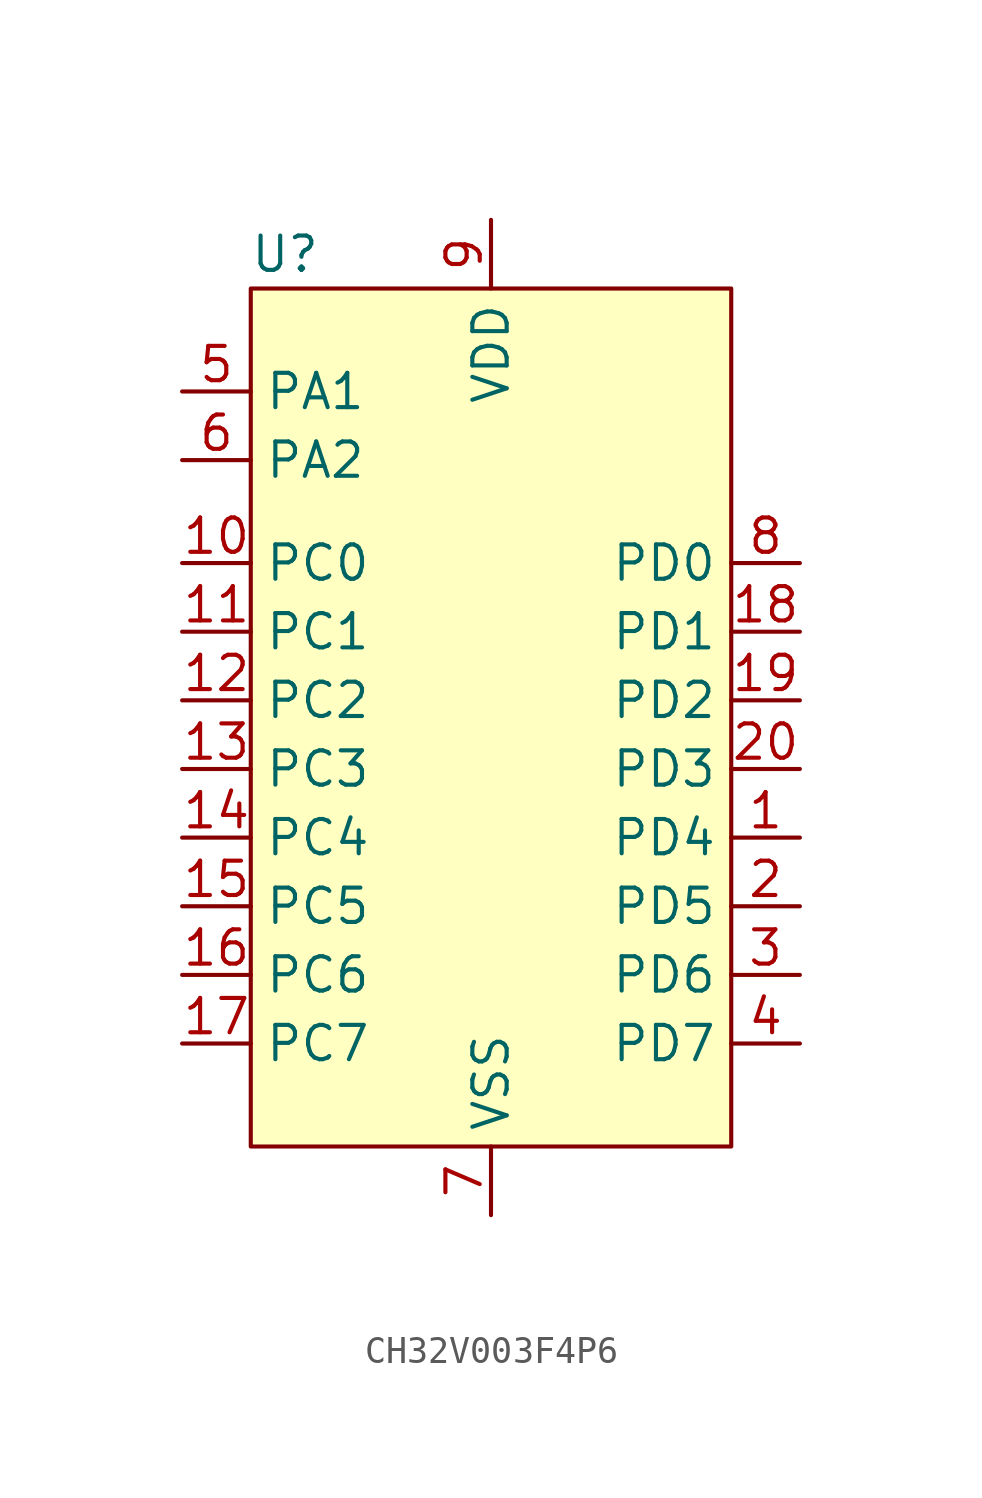
<source format=kicad_sym>
(kicad_symbol_lib
  (version 20220914)
  (generator kicad_symbol_editor)
  (symbol "CH32V003F4P6"
    (property "Reference" "U"
      (at 0 0 0)
      (effects (font (size 1.27 1.27))))
    (property "Value" ""
      (at 0 0 0)
      (effects (font (size 1.27 1.27))))
    (symbol "CH32V003F4P6_0_1"
      (rectangle (start -1.27 -1.27) (end 16.51 -33.02) (stroke (width 0) (type default)) (fill (type background))))
    (symbol "CH32V003F4P6_1_1"
      (pin bidirectional line (at 19.05 -21.59 180) (length 2.54) (name "PD4" (effects (font (size 1.27 1.27)))) (number "1" (effects (font (size 1.27 1.27)))))
      (pin bidirectional line (at -3.81 -11.43 0) (length 2.54) (name "PC0" (effects (font (size 1.27 1.27)))) (number "10" (effects (font (size 1.27 1.27)))))
      (pin bidirectional line (at -3.81 -13.97 0) (length 2.54) (name "PC1" (effects (font (size 1.27 1.27)))) (number "11" (effects (font (size 1.27 1.27)))))
      (pin bidirectional line (at -3.81 -16.51 0) (length 2.54) (name "PC2" (effects (font (size 1.27 1.27)))) (number "12" (effects (font (size 1.27 1.27)))))
      (pin bidirectional line (at -3.81 -19.05 0) (length 2.54) (name "PC3" (effects (font (size 1.27 1.27)))) (number "13" (effects (font (size 1.27 1.27)))))
      (pin bidirectional line (at -3.81 -21.59 0) (length 2.54) (name "PC4" (effects (font (size 1.27 1.27)))) (number "14" (effects (font (size 1.27 1.27)))))
      (pin bidirectional line (at -3.81 -24.13 0) (length 2.54) (name "PC5" (effects (font (size 1.27 1.27)))) (number "15" (effects (font (size 1.27 1.27)))))
      (pin bidirectional line (at -3.81 -26.67 0) (length 2.54) (name "PC6" (effects (font (size 1.27 1.27)))) (number "16" (effects (font (size 1.27 1.27)))))
      (pin bidirectional line (at -3.81 -29.21 0) (length 2.54) (name "PC7" (effects (font (size 1.27 1.27)))) (number "17" (effects (font (size 1.27 1.27)))))
      (pin bidirectional line (at 19.05 -13.97 180) (length 2.54) (name "PD1" (effects (font (size 1.27 1.27)))) (number "18" (effects (font (size 1.27 1.27)))))
      (pin bidirectional line (at 19.05 -16.51 180) (length 2.54) (name "PD2" (effects (font (size 1.27 1.27)))) (number "19" (effects (font (size 1.27 1.27)))))
      (pin bidirectional line (at 19.05 -24.13 180) (length 2.54) (name "PD5" (effects (font (size 1.27 1.27)))) (number "2" (effects (font (size 1.27 1.27)))))
      (pin bidirectional line (at 19.05 -19.05 180) (length 2.54) (name "PD3" (effects (font (size 1.27 1.27)))) (number "20" (effects (font (size 1.27 1.27)))))
      (pin bidirectional line (at 19.05 -26.67 180) (length 2.54) (name "PD6" (effects (font (size 1.27 1.27)))) (number "3" (effects (font (size 1.27 1.27)))))
      (pin bidirectional line (at 19.05 -29.21 180) (length 2.54) (name "PD7" (effects (font (size 1.27 1.27)))) (number "4" (effects (font (size 1.27 1.27)))))
      (pin bidirectional line (at -3.81 -5.08 0) (length 2.54) (name "PA1" (effects (font (size 1.27 1.27)))) (number "5" (effects (font (size 1.27 1.27)))))
      (pin bidirectional line (at -3.81 -7.62 0) (length 2.54) (name "PA2" (effects (font (size 1.27 1.27)))) (number "6" (effects (font (size 1.27 1.27)))))
      (pin power_in line (at 7.62 -35.56 90) (length 2.54) (name "VSS" (effects (font (size 1.27 1.27)))) (number "7" (effects (font (size 1.27 1.27)))))
      (pin bidirectional line (at 19.05 -11.43 180) (length 2.54) (name "PD0" (effects (font (size 1.27 1.27)))) (number "8" (effects (font (size 1.27 1.27)))))
      (pin power_in line (at 7.62 1.27 270) (length 2.54) (name "VDD" (effects (font (size 1.27 1.27)))) (number "9" (effects (font (size 1.27 1.27))))))))
</source>
